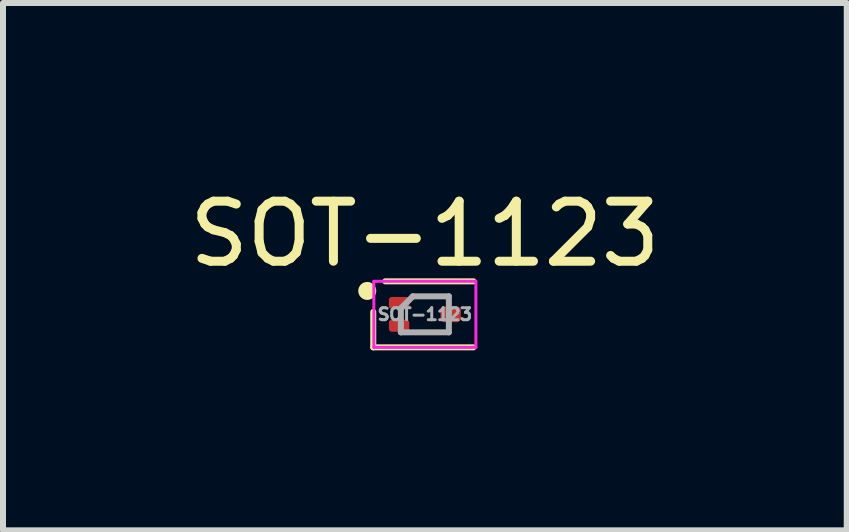
<source format=kicad_pcb>
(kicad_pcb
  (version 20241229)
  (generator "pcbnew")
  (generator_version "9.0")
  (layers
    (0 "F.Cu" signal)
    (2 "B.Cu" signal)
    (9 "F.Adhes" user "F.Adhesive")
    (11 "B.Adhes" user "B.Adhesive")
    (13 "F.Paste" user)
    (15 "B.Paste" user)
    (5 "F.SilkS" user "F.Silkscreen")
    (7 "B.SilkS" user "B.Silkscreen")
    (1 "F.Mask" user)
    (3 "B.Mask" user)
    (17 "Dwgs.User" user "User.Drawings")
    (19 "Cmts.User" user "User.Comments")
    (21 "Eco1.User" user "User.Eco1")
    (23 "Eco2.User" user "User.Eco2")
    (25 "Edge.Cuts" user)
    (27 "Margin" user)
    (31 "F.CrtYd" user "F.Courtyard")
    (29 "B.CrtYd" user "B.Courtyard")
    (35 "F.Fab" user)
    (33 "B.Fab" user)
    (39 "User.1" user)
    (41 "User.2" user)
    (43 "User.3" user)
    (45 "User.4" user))
  (footprint "SOT-1123"
    (layer "F.Cu")
    (at 4.03 2.188)
    (property "Reference" "SOT-1123" (at 0 -1.34 0) (layer "F.SilkS") (effects (font (size 1 1) (thickness 0.15))))
    (attr smd)
    (fp_line (start -0.86 -0.04) (end -0.86 0.55) (stroke (width 0.1) (type solid)) (layer "F.SilkS"))
    (fp_line (start -0.86 0.55) (end 0.81 0.55) (stroke (width 0.1) (type solid)) (layer "F.SilkS"))
    (fp_line (start 0.81 -0.55) (end -0.66 -0.55) (stroke (width 0.1) (type solid)) (layer "F.SilkS"))
    (fp_circle (center -0.96 -0.39) (end -0.81 -0.39) (stroke (width 0) (type solid)) (fill yes) (layer "F.SilkS"))
    (fp_line (start -0.85 -0.55) (end 0.85 -0.55) (stroke (width 0.05) (type solid)) (layer "F.CrtYd"))
    (fp_line (start -0.85 0.55) (end -0.85 -0.55) (stroke (width 0.05) (type solid)) (layer "F.CrtYd"))
    (fp_line (start 0.85 -0.55) (end 0.85 0.55) (stroke (width 0.05) (type solid)) (layer "F.CrtYd"))
    (fp_line (start 0.85 0.55) (end -0.85 0.55) (stroke (width 0.05) (type solid)) (layer "F.CrtYd"))
    (fp_line (start -0.4 -0.1) (end -0.4 0.3) (stroke (width 0.1) (type solid)) (layer "F.Fab"))
    (fp_line (start -0.4 0.3) (end 0.4 0.3) (stroke (width 0.1) (type solid)) (layer "F.Fab"))
    (fp_line (start -0.2 -0.3) (end -0.4 -0.1) (stroke (width 0.1) (type solid)) (layer "F.Fab"))
    (fp_line (start 0.4 -0.3) (end -0.2 -0.3) (stroke (width 0.1) (type solid)) (layer "F.Fab"))
    (fp_line (start 0.4 0.3) (end 0.4 -0.3) (stroke (width 0.1) (type solid)) (layer "F.Fab"))
    (fp_text user "${REFERENCE}" (at 0 0 0) (layer "F.Fab") (effects (font (size 0.2 0.2) (thickness 0.05))))
    (pad "1" smd roundrect (at -0.43 -0.19) (size 0.34 0.2) (layers "F.Cu" "F.Mask" "F.Paste") (roundrect_rratio 0.25))
    (pad "2" smd roundrect (at -0.43 0.19) (size 0.34 0.2) (layers "F.Cu" "F.Mask" "F.Paste") (roundrect_rratio 0.25))
    (pad "3" smd roundrect (at 0.43 0) (size 0.34 0.26) (layers "F.Cu" "F.Mask" "F.Paste") (roundrect_rratio 0.25)))
  (gr_rect
    (start -3 -3)
    (end 11.06 5.788)
    (stroke (width 0.1) (type default))
    (fill no)
    (layer "Edge.Cuts")))
</source>
